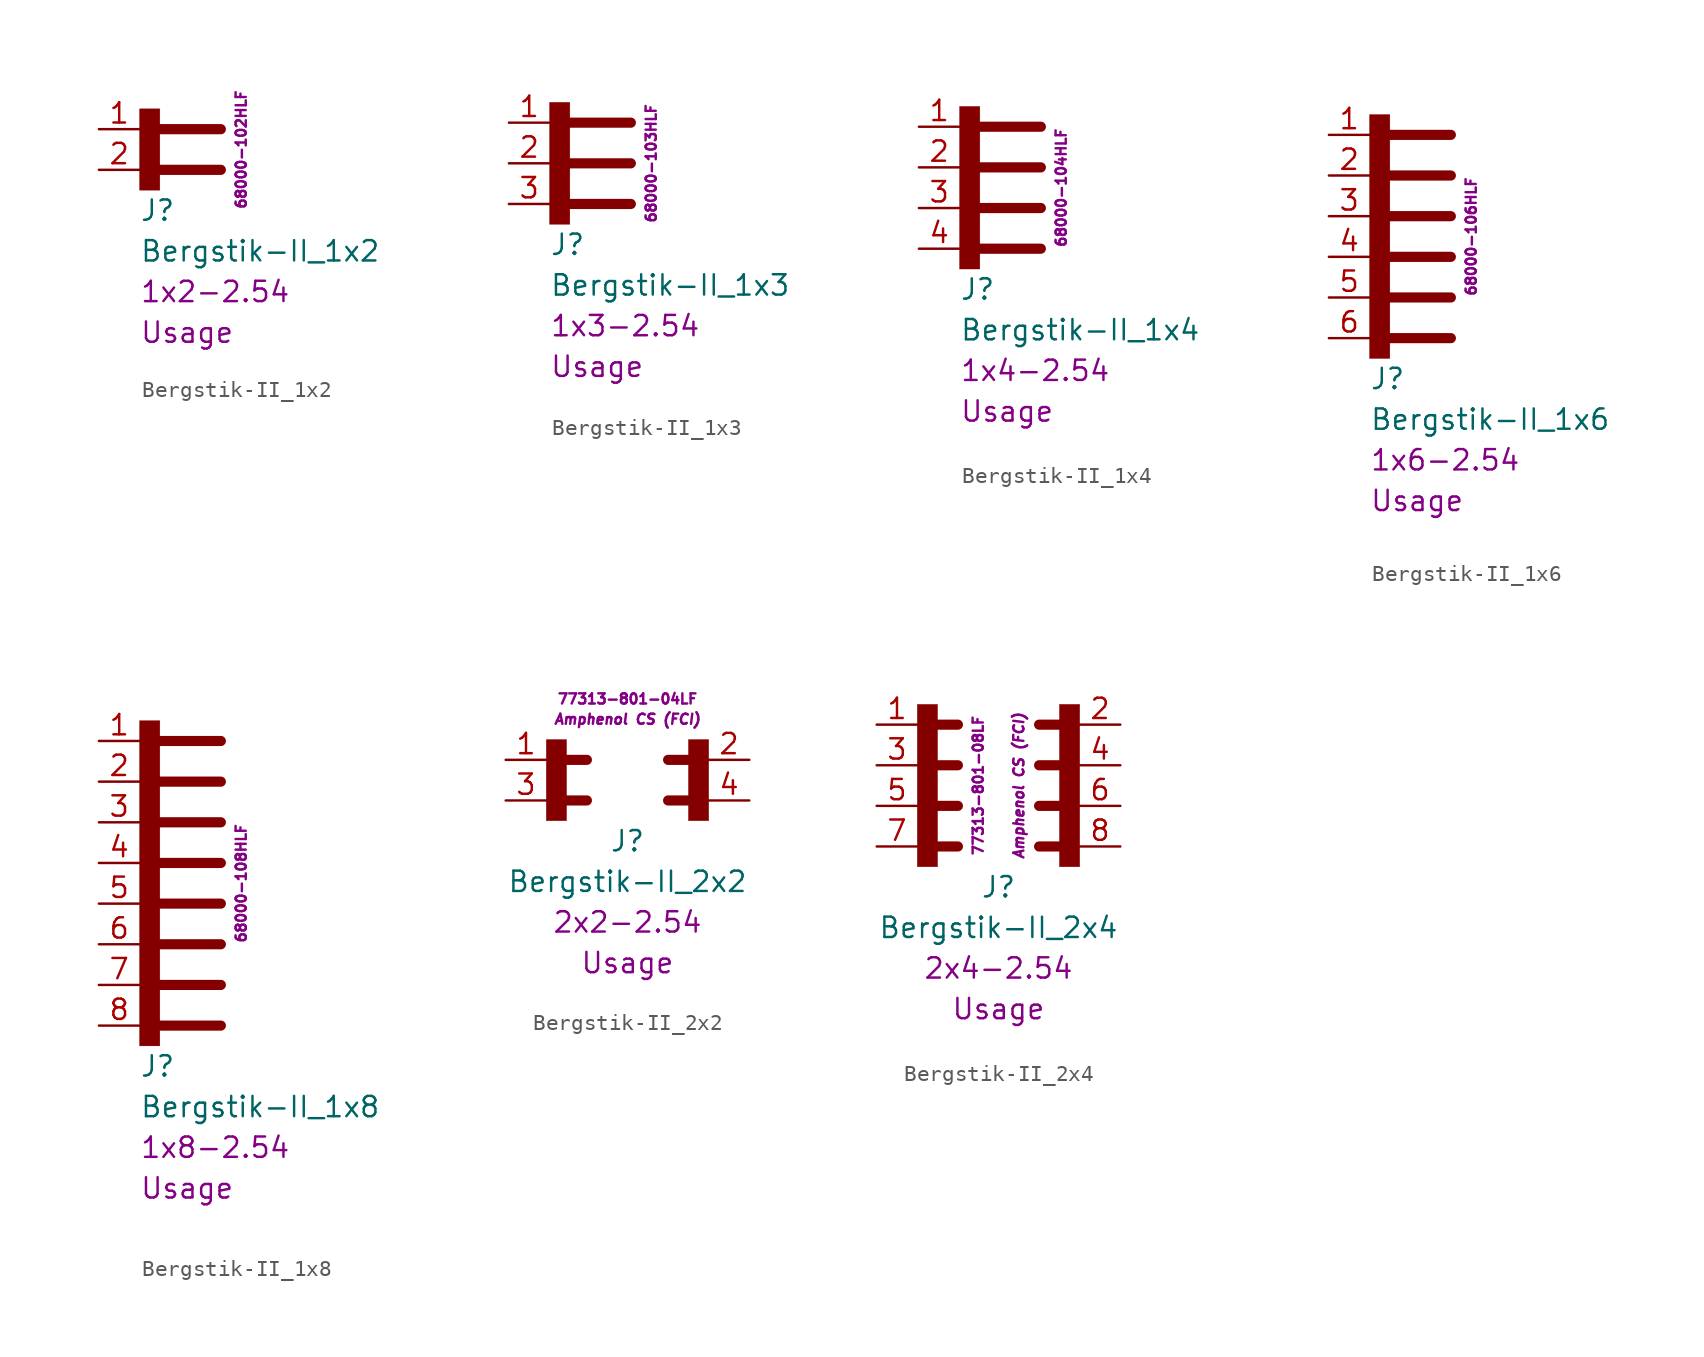
<source format=kicad_sym>
(kicad_symbol_lib
  (version 20211014)
  (generator kicad_symbol_editor)
  (symbol "Bergstik-II_1x2"
    (pin_names
      (offset 0.002) hide)
    (property "Reference" "J"
      (at -2.54 -2.54 0)
      (effects (font (size 1.27 1.27)) (justify left)))
    (property "Value" "Bergstik-II_1x2"
      (at -2.54 -5.08 0)
      (effects (font (size 1.27 1.27)) (justify left)))
    (property "Package" "1x2-2.54"
      (at -2.54 -7.62 0)
      (effects (font (size 1.27 1.27)) (justify left)))
    (property "Usage" "Usage"
      (at -2.54 -10.16 0)
      (effects (font (size 1.27 1.27)) (justify left)))
    (property "ID" "68000-102HLF"
      (at 3.81 1.27 90)
      (effects (font (size 0.635 0.635))))
    (symbol "Bergstik-II_1x2_0_1"
      (rectangle (start -2.54 3.81) (end -1.27 -1.27) (stroke (width 0.001) (type default) (color 0 0 0 0)) (fill (type outline)))
      (polyline (pts (xy -1.27 0) (xy 2.54 0)) (stroke (width 0.635) (type default) (color 0 0 0 0)) (fill (type none)))
      (polyline (pts (xy -1.27 2.54) (xy 2.54 2.54)) (stroke (width 0.635) (type default) (color 0 0 0 0)) (fill (type none))))
    (symbol "Bergstik-II_1x2_1_1"
      (pin passive line (at -5.08 2.54 0) (length 2.54) (name "A1" (effects (font (size 1.27 1.27)))) (number "1" (effects (font (size 1.27 1.27)))))
      (pin passive line (at -5.08 0 0) (length 2.54) (name "A2" (effects (font (size 1.27 1.27)))) (number "2" (effects (font (size 1.27 1.27)))))))
  (symbol "Bergstik-II_1x3"
    (pin_names
      (offset 0.002) hide)
    (property "Reference" "J"
      (at -2.54 -5.08 0)
      (effects (font (size 1.27 1.27)) (justify left)))
    (property "Value" "Bergstik-II_1x3"
      (at -2.54 -7.62 0)
      (effects (font (size 1.27 1.27)) (justify left)))
    (property "Package" "1x3-2.54"
      (at -2.54 -10.16 0)
      (effects (font (size 1.27 1.27)) (justify left)))
    (property "Usage" "Usage"
      (at -2.54 -12.7 0)
      (effects (font (size 1.27 1.27)) (justify left)))
    (property "ID" "68000-103HLF"
      (at 3.81 0 90)
      (effects (font (size 0.635 0.635))))
    (symbol "Bergstik-II_1x3_0_1"
      (rectangle (start -2.54 3.81) (end -1.27 -3.81) (stroke (width 0.001) (type default) (color 0 0 0 0)) (fill (type outline)))
      (polyline (pts (xy -1.27 -2.54) (xy 2.54 -2.54)) (stroke (width 0.635) (type default) (color 0 0 0 0)) (fill (type none)))
      (polyline (pts (xy -1.27 0) (xy 2.54 0)) (stroke (width 0.635) (type default) (color 0 0 0 0)) (fill (type none)))
      (polyline (pts (xy -1.27 2.54) (xy 2.54 2.54)) (stroke (width 0.635) (type default) (color 0 0 0 0)) (fill (type none))))
    (symbol "Bergstik-II_1x3_1_1"
      (pin passive line (at -5.08 2.54 0) (length 2.54) (name "A1" (effects (font (size 1.27 1.27)))) (number "1" (effects (font (size 1.27 1.27)))))
      (pin passive line (at -5.08 0 0) (length 2.54) (name "A2" (effects (font (size 1.27 1.27)))) (number "2" (effects (font (size 1.27 1.27)))))
      (pin passive line (at -5.08 -2.54 0) (length 2.54) (name "A3" (effects (font (size 1.27 1.27)))) (number "3" (effects (font (size 1.27 1.27)))))))
  (symbol "Bergstik-II_1x4"
    (pin_names
      (offset 0.002) hide)
    (property "Reference" "J"
      (at -2.54 -5.08 0)
      (effects (font (size 1.27 1.27)) (justify left)))
    (property "Value" "Bergstik-II_1x4"
      (at -2.54 -7.62 0)
      (effects (font (size 1.27 1.27)) (justify left)))
    (property "Package" "1x4-2.54"
      (at -2.54 -10.16 0)
      (effects (font (size 1.27 1.27)) (justify left)))
    (property "Usage" "Usage"
      (at -2.54 -12.7 0)
      (effects (font (size 1.27 1.27)) (justify left)))
    (property "ID" "68000-104HLF"
      (at 3.81 1.27 90)
      (effects (font (size 0.635 0.635))))
    (symbol "Bergstik-II_1x4_0_1"
      (rectangle (start -2.54 6.35) (end -1.27 -3.81) (stroke (width 0.001) (type default) (color 0 0 0 0)) (fill (type outline)))
      (polyline (pts (xy -1.27 -2.54) (xy 2.54 -2.54)) (stroke (width 0.635) (type default) (color 0 0 0 0)) (fill (type none)))
      (polyline (pts (xy -1.27 0) (xy 2.54 0)) (stroke (width 0.635) (type default) (color 0 0 0 0)) (fill (type none)))
      (polyline (pts (xy -1.27 2.54) (xy 2.54 2.54)) (stroke (width 0.635) (type default) (color 0 0 0 0)) (fill (type none)))
      (polyline (pts (xy -1.27 5.08) (xy 2.54 5.08)) (stroke (width 0.635) (type default) (color 0 0 0 0)) (fill (type none))))
    (symbol "Bergstik-II_1x4_1_1"
      (pin passive line (at -5.08 5.08 0) (length 2.54) (name "A1" (effects (font (size 1.27 1.27)))) (number "1" (effects (font (size 1.27 1.27)))))
      (pin passive line (at -5.08 2.54 0) (length 2.54) (name "A2" (effects (font (size 1.27 1.27)))) (number "2" (effects (font (size 1.27 1.27)))))
      (pin passive line (at -5.08 0 0) (length 2.54) (name "A3" (effects (font (size 1.27 1.27)))) (number "3" (effects (font (size 1.27 1.27)))))
      (pin passive line (at -5.08 -2.54 0) (length 2.54) (name "A4" (effects (font (size 1.27 1.27)))) (number "4" (effects (font (size 1.27 1.27)))))))
  (symbol "Bergstik-II_1x6"
    (pin_names
      (offset 0.002) hide)
    (property "Reference" "J"
      (at -2.54 -10.16 0)
      (effects (font (size 1.27 1.27)) (justify left)))
    (property "Value" "Bergstik-II_1x6"
      (at -2.54 -12.7 0)
      (effects (font (size 1.27 1.27)) (justify left)))
    (property "Package" "1x6-2.54"
      (at -2.54 -15.24 0)
      (effects (font (size 1.27 1.27)) (justify left)))
    (property "Usage" "Usage"
      (at -2.54 -17.78 0)
      (effects (font (size 1.27 1.27)) (justify left)))
    (property "ID" "68000-106HLF"
      (at 3.81 -1.27 90)
      (effects (font (size 0.635 0.635))))
    (symbol "Bergstik-II_1x6_0_1"
      (rectangle (start -2.54 6.35) (end -1.27 -8.89) (stroke (width 0.001) (type default) (color 0 0 0 0)) (fill (type outline)))
      (polyline (pts (xy -1.27 -7.62) (xy 2.54 -7.62)) (stroke (width 0.635) (type default) (color 0 0 0 0)) (fill (type none)))
      (polyline (pts (xy -1.27 -5.08) (xy 2.54 -5.08)) (stroke (width 0.635) (type default) (color 0 0 0 0)) (fill (type none)))
      (polyline (pts (xy -1.27 -2.54) (xy 2.54 -2.54)) (stroke (width 0.635) (type default) (color 0 0 0 0)) (fill (type none)))
      (polyline (pts (xy -1.27 0) (xy 2.54 0)) (stroke (width 0.635) (type default) (color 0 0 0 0)) (fill (type none)))
      (polyline (pts (xy -1.27 2.54) (xy 2.54 2.54)) (stroke (width 0.635) (type default) (color 0 0 0 0)) (fill (type none)))
      (polyline (pts (xy -1.27 5.08) (xy 2.54 5.08)) (stroke (width 0.635) (type default) (color 0 0 0 0)) (fill (type none))))
    (symbol "Bergstik-II_1x6_1_1"
      (pin passive line (at -5.08 5.08 0) (length 2.54) (name "A1" (effects (font (size 1.27 1.27)))) (number "1" (effects (font (size 1.27 1.27)))))
      (pin passive line (at -5.08 2.54 0) (length 2.54) (name "A2" (effects (font (size 1.27 1.27)))) (number "2" (effects (font (size 1.27 1.27)))))
      (pin passive line (at -5.08 0 0) (length 2.54) (name "A3" (effects (font (size 1.27 1.27)))) (number "3" (effects (font (size 1.27 1.27)))))
      (pin passive line (at -5.08 -2.54 0) (length 2.54) (name "A4" (effects (font (size 1.27 1.27)))) (number "4" (effects (font (size 1.27 1.27)))))
      (pin passive line (at -5.08 -5.08 0) (length 2.54) (name "A5" (effects (font (size 1.27 1.27)))) (number "5" (effects (font (size 1.27 1.27)))))
      (pin passive line (at -5.08 -7.62 0) (length 2.54) (name "A6" (effects (font (size 1.27 1.27)))) (number "6" (effects (font (size 1.27 1.27)))))))
  (symbol "Bergstik-II_1x8"
    (pin_names
      (offset 0.002) hide)
    (property "Reference" "J"
      (at -2.54 -12.7 0)
      (effects (font (size 1.27 1.27)) (justify left)))
    (property "Value" "Bergstik-II_1x8"
      (at -2.54 -15.24 0)
      (effects (font (size 1.27 1.27)) (justify left)))
    (property "Package" "1x8-2.54"
      (at -2.54 -17.78 0)
      (effects (font (size 1.27 1.27)) (justify left)))
    (property "Usage" "Usage"
      (at -2.54 -20.32 0)
      (effects (font (size 1.27 1.27)) (justify left)))
    (property "ID" "68000-108HLF"
      (at 3.81 -1.27 90)
      (effects (font (size 0.635 0.635))))
    (symbol "Bergstik-II_1x8_0_1"
      (rectangle (start -2.54 8.89) (end -1.27 -11.43) (stroke (width 0.001) (type default) (color 0 0 0 0)) (fill (type outline)))
      (polyline (pts (xy -1.27 -10.16) (xy 2.54 -10.16)) (stroke (width 0.635) (type default) (color 0 0 0 0)) (fill (type none)))
      (polyline (pts (xy -1.27 -7.62) (xy 2.54 -7.62)) (stroke (width 0.635) (type default) (color 0 0 0 0)) (fill (type none)))
      (polyline (pts (xy -1.27 -5.08) (xy 2.54 -5.08)) (stroke (width 0.635) (type default) (color 0 0 0 0)) (fill (type none)))
      (polyline (pts (xy -1.27 -2.54) (xy 2.54 -2.54)) (stroke (width 0.635) (type default) (color 0 0 0 0)) (fill (type none)))
      (polyline (pts (xy -1.27 0) (xy 2.54 0)) (stroke (width 0.635) (type default) (color 0 0 0 0)) (fill (type none)))
      (polyline (pts (xy -1.27 2.54) (xy 2.54 2.54)) (stroke (width 0.635) (type default) (color 0 0 0 0)) (fill (type none)))
      (polyline (pts (xy -1.27 5.08) (xy 2.54 5.08)) (stroke (width 0.635) (type default) (color 0 0 0 0)) (fill (type none)))
      (polyline (pts (xy -1.27 7.62) (xy 2.54 7.62)) (stroke (width 0.635) (type default) (color 0 0 0 0)) (fill (type none))))
    (symbol "Bergstik-II_1x8_1_1"
      (pin passive line (at -5.08 7.62 0) (length 2.54) (name "A1" (effects (font (size 1.27 1.27)))) (number "1" (effects (font (size 1.27 1.27)))))
      (pin passive line (at -5.08 5.08 0) (length 2.54) (name "A2" (effects (font (size 1.27 1.27)))) (number "2" (effects (font (size 1.27 1.27)))))
      (pin passive line (at -5.08 2.54 0) (length 2.54) (name "A3" (effects (font (size 1.27 1.27)))) (number "3" (effects (font (size 1.27 1.27)))))
      (pin passive line (at -5.08 0 0) (length 2.54) (name "A4" (effects (font (size 1.27 1.27)))) (number "4" (effects (font (size 1.27 1.27)))))
      (pin passive line (at -5.08 -2.54 0) (length 2.54) (name "A5" (effects (font (size 1.27 1.27)))) (number "5" (effects (font (size 1.27 1.27)))))
      (pin passive line (at -5.08 -5.08 0) (length 2.54) (name "A6" (effects (font (size 1.27 1.27)))) (number "6" (effects (font (size 1.27 1.27)))))
      (pin passive line (at -5.08 -7.62 0) (length 2.54) (name "A7" (effects (font (size 1.27 1.27)))) (number "7" (effects (font (size 1.27 1.27)))))
      (pin passive line (at -5.08 -10.16 0) (length 2.54) (name "A8" (effects (font (size 1.27 1.27)))) (number "8" (effects (font (size 1.27 1.27)))))))
  (symbol "Bergstik-II_2x2"
    (pin_names
      (offset 0.002) hide)
    (property "Reference" "J"
      (at 0 0 0)
      (effects (font (size 1.27 1.27))))
    (property "Value" "Bergstik-II_2x2"
      (at 0 -2.54 0)
      (effects (font (size 1.27 1.27))))
    (property "Package" "2x2-2.54"
      (at 0 -5.08 0)
      (effects (font (size 1.27 1.27))))
    (property "Usage" "Usage"
      (at 0 -7.62 0)
      (effects (font (size 1.27 1.27))))
    (property "ID" "77313-801-04LF"
      (at 0 8.89 0)
      (effects (font (size 0.635 0.635))))
    (property "Manufacturer" "Amphenol CS (FCI)"
      (at 0 7.62 0)
      (effects (font (size 0.635 0.635) italic)))
    (symbol "Bergstik-II_2x2_0_1"
      (rectangle (start -5.08 6.35) (end -3.81 1.27) (stroke (width 0.001) (type default) (color 0 0 0 0)) (fill (type outline)))
      (polyline (pts (xy -3.81 2.54) (xy -2.54 2.54)) (stroke (width 0.635) (type default) (color 0 0 0 0)) (fill (type none)))
      (polyline (pts (xy -3.81 5.08) (xy -2.54 5.08)) (stroke (width 0.635) (type default) (color 0 0 0 0)) (fill (type none)))
      (polyline (pts (xy 2.54 2.54) (xy 3.81 2.54)) (stroke (width 0.635) (type default) (color 0 0 0 0)) (fill (type none)))
      (polyline (pts (xy 2.54 5.08) (xy 3.81 5.08)) (stroke (width 0.635) (type default) (color 0 0 0 0)) (fill (type none)))
      (rectangle (start 3.81 6.35) (end 5.08 1.27) (stroke (width 0.001) (type default) (color 0 0 0 0)) (fill (type outline))))
    (symbol "Bergstik-II_2x2_1_1"
      (pin passive line (at -7.62 5.08 0) (length 2.54) (name "A1" (effects (font (size 1.27 1.27)))) (number "1" (effects (font (size 1.27 1.27)))))
      (pin passive line (at 7.62 5.08 180) (length 2.54) (name "B1" (effects (font (size 1.27 1.27)))) (number "2" (effects (font (size 1.27 1.27)))))
      (pin passive line (at -7.62 2.54 0) (length 2.54) (name "A2" (effects (font (size 1.27 1.27)))) (number "3" (effects (font (size 1.27 1.27)))))
      (pin passive line (at 7.62 2.54 180) (length 2.54) (name "B2" (effects (font (size 1.27 1.27)))) (number "4" (effects (font (size 1.27 1.27)))))))
  (symbol "Bergstik-II_2x4"
    (pin_names
      (offset 0.002) hide)
    (property "Reference" "J"
      (at 0 -5.08 0)
      (effects (font (size 1.27 1.27))))
    (property "Value" "Bergstik-II_2x4"
      (at 0 -7.62 0)
      (effects (font (size 1.27 1.27))))
    (property "Package" "2x4-2.54"
      (at 0 -10.16 0)
      (effects (font (size 1.27 1.27))))
    (property "Usage" "Usage"
      (at 0 -12.7 0)
      (effects (font (size 1.27 1.27))))
    (property "ID" "77313-801-08LF"
      (at -1.27 1.27 90)
      (effects (font (size 0.635 0.635))))
    (property "Manufacturer" "Amphenol CS (FCI)"
      (at 1.27 1.27 90)
      (effects (font (size 0.635 0.635) italic)))
    (symbol "Bergstik-II_2x4_0_1"
      (rectangle (start -5.08 6.35) (end -3.81 -3.81) (stroke (width 0.001) (type default) (color 0 0 0 0)) (fill (type outline)))
      (polyline (pts (xy -3.81 -2.54) (xy -2.54 -2.54)) (stroke (width 0.635) (type default) (color 0 0 0 0)) (fill (type none)))
      (polyline (pts (xy -3.81 0) (xy -2.54 0)) (stroke (width 0.635) (type default) (color 0 0 0 0)) (fill (type none)))
      (polyline (pts (xy -3.81 2.54) (xy -2.54 2.54)) (stroke (width 0.635) (type default) (color 0 0 0 0)) (fill (type none)))
      (polyline (pts (xy -3.81 5.08) (xy -2.54 5.08)) (stroke (width 0.635) (type default) (color 0 0 0 0)) (fill (type none)))
      (polyline (pts (xy 2.54 -2.54) (xy 3.81 -2.54)) (stroke (width 0.635) (type default) (color 0 0 0 0)) (fill (type none)))
      (polyline (pts (xy 2.54 0) (xy 3.81 0)) (stroke (width 0.635) (type default) (color 0 0 0 0)) (fill (type none)))
      (polyline (pts (xy 2.54 2.54) (xy 3.81 2.54)) (stroke (width 0.635) (type default) (color 0 0 0 0)) (fill (type none)))
      (polyline (pts (xy 2.54 5.08) (xy 3.81 5.08)) (stroke (width 0.635) (type default) (color 0 0 0 0)) (fill (type none)))
      (rectangle (start 3.81 6.35) (end 5.08 -3.81) (stroke (width 0.001) (type default) (color 0 0 0 0)) (fill (type outline))))
    (symbol "Bergstik-II_2x4_1_1"
      (pin passive line (at -7.62 5.08 0) (length 2.54) (name "A1" (effects (font (size 1.27 1.27)))) (number "1" (effects (font (size 1.27 1.27)))))
      (pin passive line (at 7.62 5.08 180) (length 2.54) (name "B1" (effects (font (size 1.27 1.27)))) (number "2" (effects (font (size 1.27 1.27)))))
      (pin passive line (at -7.62 2.54 0) (length 2.54) (name "A2" (effects (font (size 1.27 1.27)))) (number "3" (effects (font (size 1.27 1.27)))))
      (pin passive line (at 7.62 2.54 180) (length 2.54) (name "B2" (effects (font (size 1.27 1.27)))) (number "4" (effects (font (size 1.27 1.27)))))
      (pin passive line (at -7.62 0 0) (length 2.54) (name "A3" (effects (font (size 1.27 1.27)))) (number "5" (effects (font (size 1.27 1.27)))))
      (pin passive line (at 7.62 0 180) (length 2.54) (name "B3" (effects (font (size 1.27 1.27)))) (number "6" (effects (font (size 1.27 1.27)))))
      (pin passive line (at -7.62 -2.54 0) (length 2.54) (name "A4" (effects (font (size 1.27 1.27)))) (number "7" (effects (font (size 1.27 1.27)))))
      (pin passive line (at 7.62 -2.54 180) (length 2.54) (name "B4" (effects (font (size 1.27 1.27)))) (number "8" (effects (font (size 1.27 1.27))))))))
</source>
